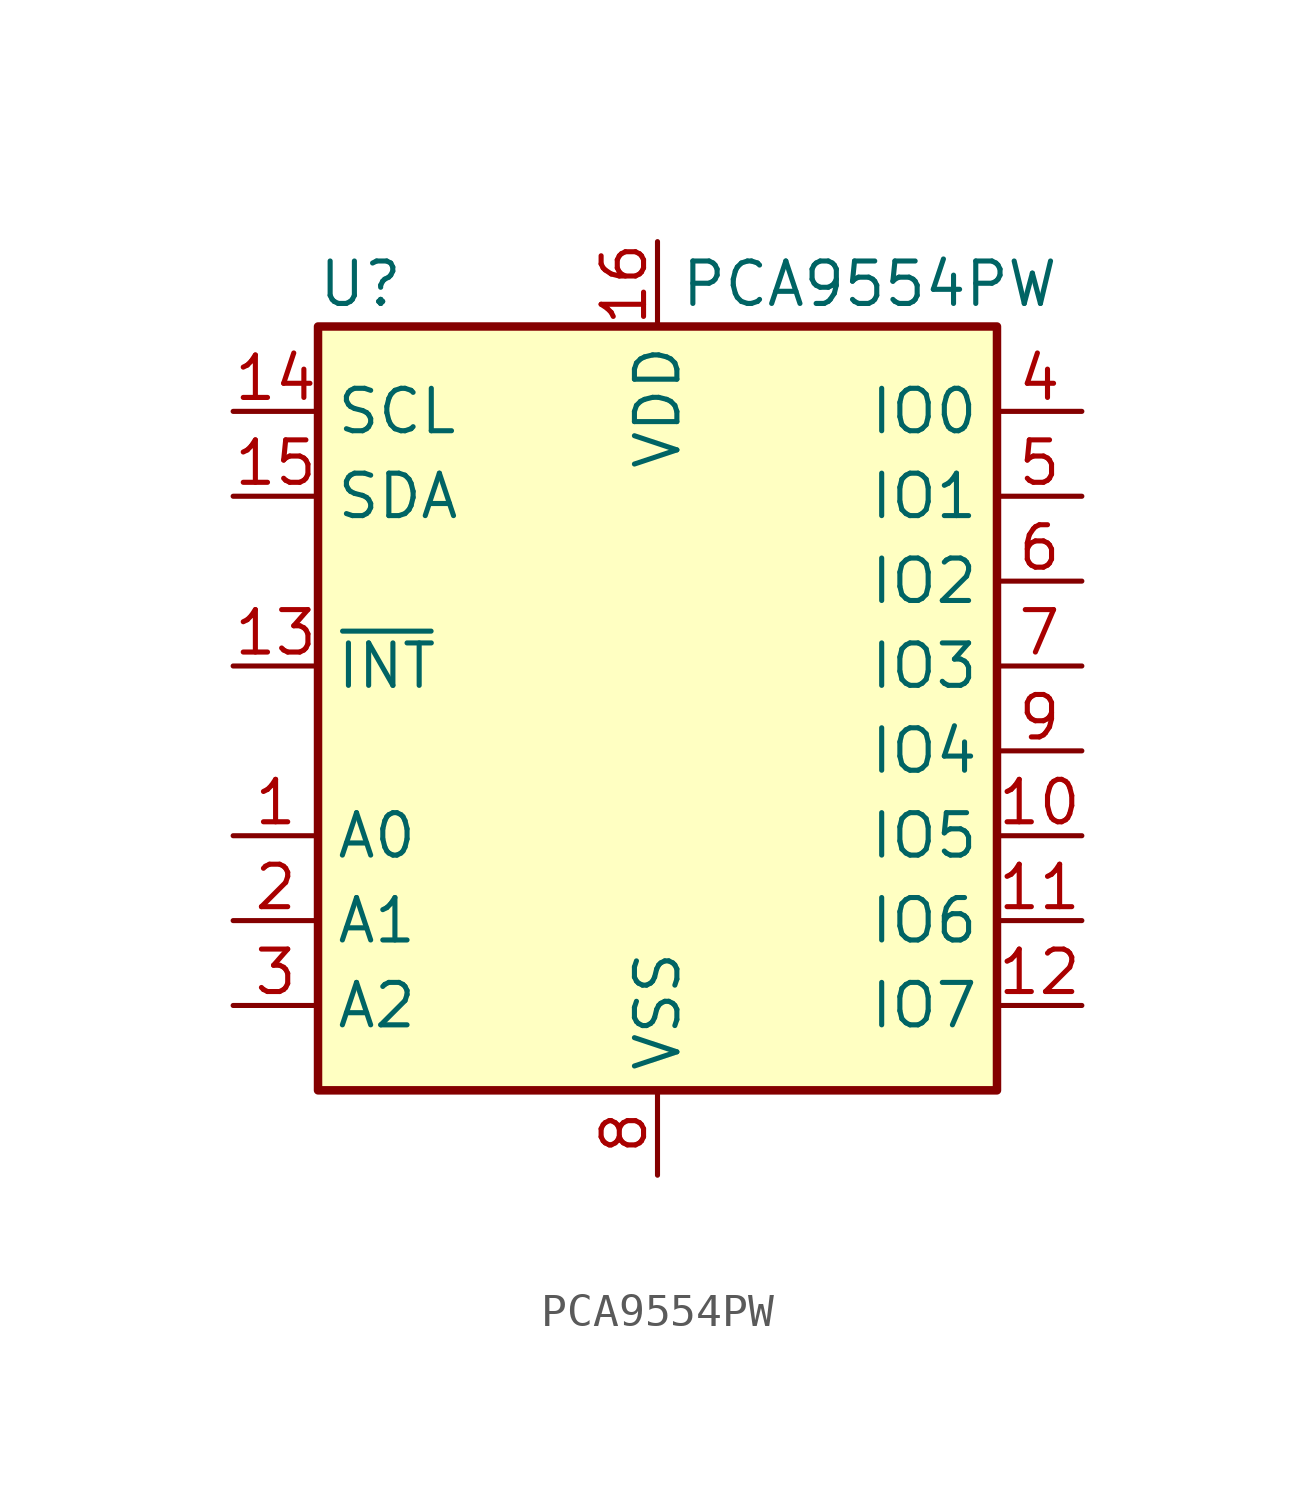
<source format=kicad_sym>
(kicad_symbol_lib
  (version 20231120)
  (generator "kicad_symbol_editor")
  (generator_version "8.0")
  (symbol "PCA9554PW"
    (property "Reference" "U"
      (at -8.89 12.7 0)
      (effects (font (size 1.27 1.27))))
    (property "Value" "PCA9554PW"
      (at 6.35 12.7 0)
      (effects (font (size 1.27 1.27))))
    (symbol "PCA9554PW_0_1"
      (rectangle (start -10.16 11.43) (end 10.16 -11.43) (stroke (width 0.254) (type default)) (fill (type background))))
    (symbol "PCA9554PW_1_1"
      (pin input line (at -12.7 -3.81 0) (length 2.54) (name "A0" (effects (font (size 1.27 1.27)))) (number "1" (effects (font (size 1.27 1.27)))))
      (pin bidirectional line (at 12.7 -3.81 180) (length 2.54) (name "IO5" (effects (font (size 1.27 1.27)))) (number "10" (effects (font (size 1.27 1.27)))))
      (pin bidirectional line (at 12.7 -6.35 180) (length 2.54) (name "IO6" (effects (font (size 1.27 1.27)))) (number "11" (effects (font (size 1.27 1.27)))))
      (pin bidirectional line (at 12.7 -8.89 180) (length 2.54) (name "IO7" (effects (font (size 1.27 1.27)))) (number "12" (effects (font (size 1.27 1.27)))))
      (pin open_collector line (at -12.7 1.27 0) (length 2.54) (name "~{INT}" (effects (font (size 1.27 1.27)))) (number "13" (effects (font (size 1.27 1.27)))))
      (pin input line (at -12.7 8.89 0) (length 2.54) (name "SCL" (effects (font (size 1.27 1.27)))) (number "14" (effects (font (size 1.27 1.27)))))
      (pin bidirectional line (at -12.7 6.35 0) (length 2.54) (name "SDA" (effects (font (size 1.27 1.27)))) (number "15" (effects (font (size 1.27 1.27)))))
      (pin power_in line (at 0 13.97 270) (length 2.54) (name "VDD" (effects (font (size 1.27 1.27)))) (number "16" (effects (font (size 1.27 1.27)))))
      (pin input line (at -12.7 -6.35 0) (length 2.54) (name "A1" (effects (font (size 1.27 1.27)))) (number "2" (effects (font (size 1.27 1.27)))))
      (pin input line (at -12.7 -8.89 0) (length 2.54) (name "A2" (effects (font (size 1.27 1.27)))) (number "3" (effects (font (size 1.27 1.27)))))
      (pin bidirectional line (at 12.7 8.89 180) (length 2.54) (name "IO0" (effects (font (size 1.27 1.27)))) (number "4" (effects (font (size 1.27 1.27)))))
      (pin bidirectional line (at 12.7 6.35 180) (length 2.54) (name "IO1" (effects (font (size 1.27 1.27)))) (number "5" (effects (font (size 1.27 1.27)))))
      (pin bidirectional line (at 12.7 3.81 180) (length 2.54) (name "IO2" (effects (font (size 1.27 1.27)))) (number "6" (effects (font (size 1.27 1.27)))))
      (pin bidirectional line (at 12.7 1.27 180) (length 2.54) (name "IO3" (effects (font (size 1.27 1.27)))) (number "7" (effects (font (size 1.27 1.27)))))
      (pin power_in line (at 0 -13.97 90) (length 2.54) (name "VSS" (effects (font (size 1.27 1.27)))) (number "8" (effects (font (size 1.27 1.27)))))
      (pin bidirectional line (at 12.7 -1.27 180) (length 2.54) (name "IO4" (effects (font (size 1.27 1.27)))) (number "9" (effects (font (size 1.27 1.27))))))))
</source>
